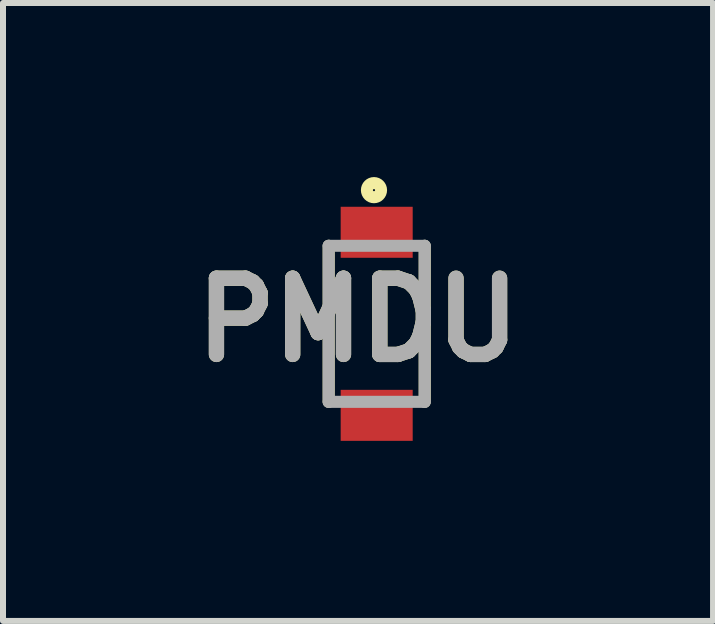
<source format=kicad_pcb>
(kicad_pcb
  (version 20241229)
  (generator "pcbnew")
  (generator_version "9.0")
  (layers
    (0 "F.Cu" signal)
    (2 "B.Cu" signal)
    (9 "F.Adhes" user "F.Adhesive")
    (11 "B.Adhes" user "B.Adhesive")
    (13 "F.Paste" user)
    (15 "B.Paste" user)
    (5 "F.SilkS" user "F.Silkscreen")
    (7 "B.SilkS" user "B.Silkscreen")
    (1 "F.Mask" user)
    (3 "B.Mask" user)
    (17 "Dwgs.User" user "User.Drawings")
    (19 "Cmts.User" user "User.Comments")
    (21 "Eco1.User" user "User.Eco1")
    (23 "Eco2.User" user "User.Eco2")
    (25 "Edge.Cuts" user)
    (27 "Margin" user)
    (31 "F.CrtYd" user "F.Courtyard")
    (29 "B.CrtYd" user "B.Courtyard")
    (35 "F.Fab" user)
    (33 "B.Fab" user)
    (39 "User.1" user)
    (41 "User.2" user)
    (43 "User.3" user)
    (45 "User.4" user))
  (footprint "PMDU"
    (layer "F.Cu")
    (at 3.226 2.345)
    (property "Reference" "PMDU" (at -0.311 -0.064 0) (layer "F.SilkS") (effects (font (size 1.27 1.27) (thickness 0.254))))
    (attr smd)
    (fp_line (start -0.8 1.3) (end -0.8 -1.3) (stroke (width 0.2) (type solid)) (layer "F.SilkS"))
    (fp_line (start 0.8 -1.3) (end 0.8 1.3) (stroke (width 0.2) (type solid)) (layer "F.SilkS"))
    (fp_circle (center -0.045 -2.227) (end -0.045 -2.209) (stroke (width 0.2) (type solid)) (fill no) (layer "F.SilkS"))
    (fp_line (start -0.8 -1.3) (end 0.8 -1.3) (stroke (width 0.2) (type solid)) (layer "F.Fab"))
    (fp_line (start -0.8 1.3) (end -0.8 -1.3) (stroke (width 0.2) (type solid)) (layer "F.Fab"))
    (fp_line (start 0.8 -1.3) (end 0.8 1.3) (stroke (width 0.2) (type solid)) (layer "F.Fab"))
    (fp_line (start 0.8 1.3) (end -0.8 1.3) (stroke (width 0.2) (type solid)) (layer "F.Fab"))
    (fp_text user "${REFERENCE}" (at -0.311 -0.064 0) (layer "F.Fab") (effects (font (size 1.27 1.27) (thickness 0.254))))
    (pad "1" smd rect (at 0 -1.525 90) (size 0.85 1.2) (layers "F.Cu" "F.Mask" "F.Paste"))
    (pad "2" smd rect (at 0 1.525 90) (size 0.85 1.2) (layers "F.Cu" "F.Mask" "F.Paste")))
  (gr_rect
    (start -3 -3)
    (end 8.83 7.295)
    (stroke (width 0.1) (type default))
    (fill no)
    (layer "Edge.Cuts")))
</source>
